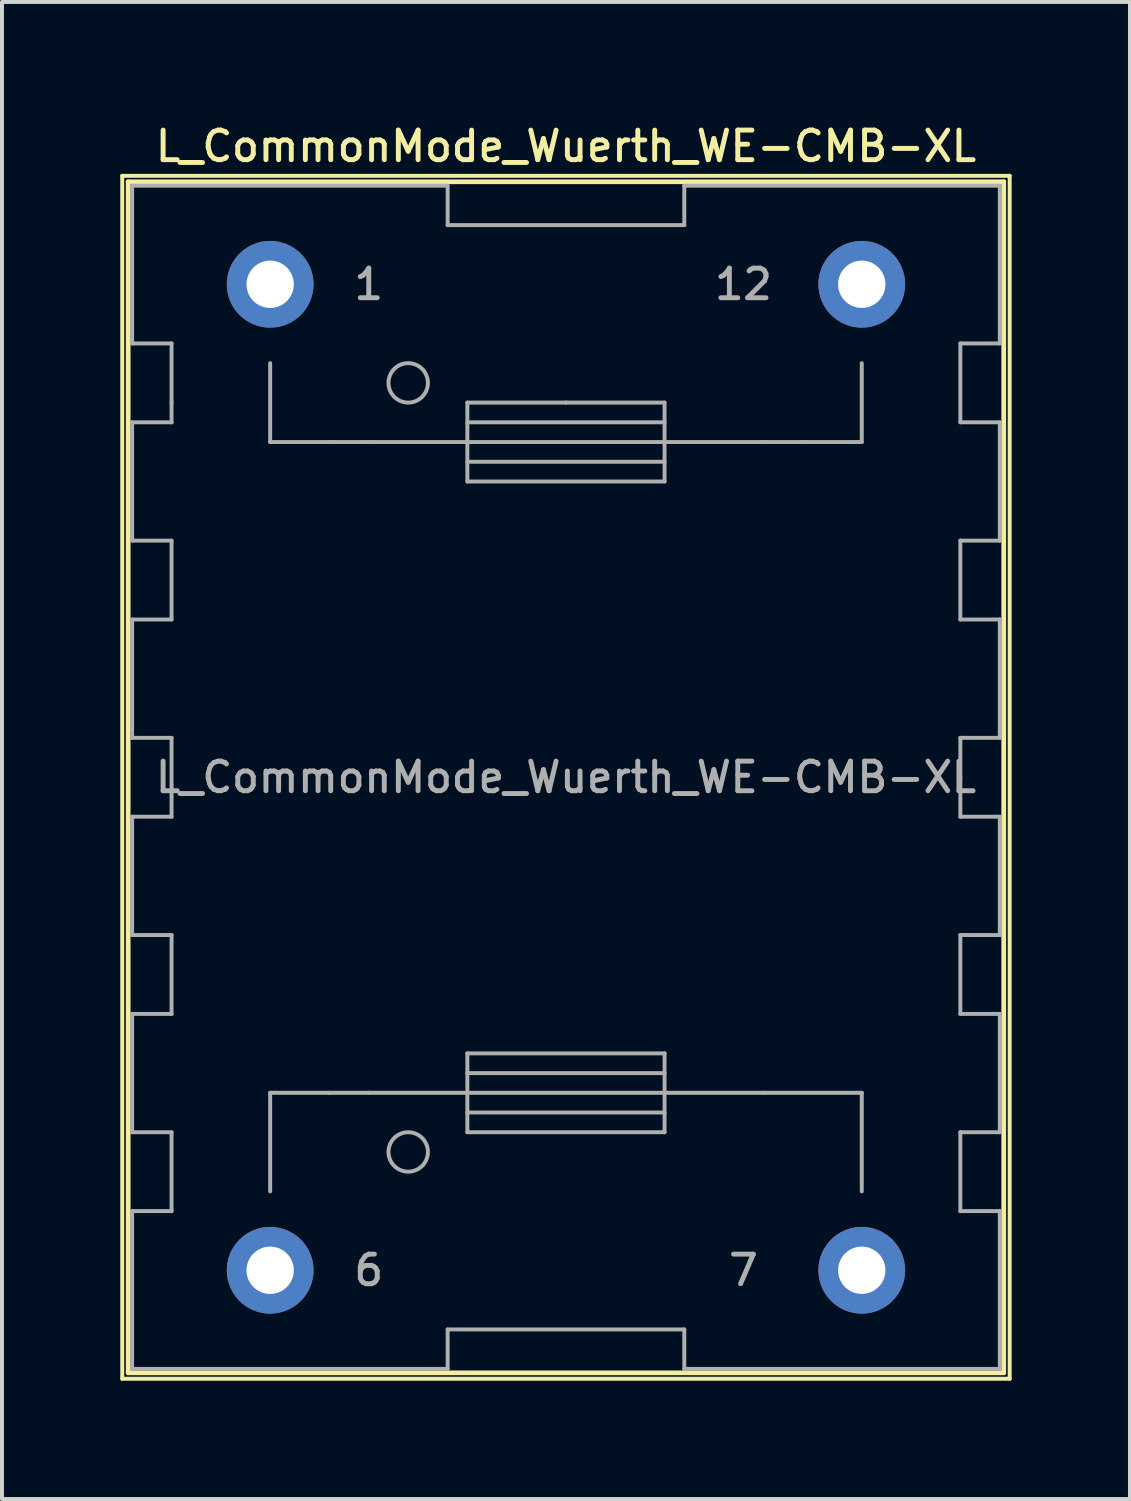
<source format=kicad_pcb>
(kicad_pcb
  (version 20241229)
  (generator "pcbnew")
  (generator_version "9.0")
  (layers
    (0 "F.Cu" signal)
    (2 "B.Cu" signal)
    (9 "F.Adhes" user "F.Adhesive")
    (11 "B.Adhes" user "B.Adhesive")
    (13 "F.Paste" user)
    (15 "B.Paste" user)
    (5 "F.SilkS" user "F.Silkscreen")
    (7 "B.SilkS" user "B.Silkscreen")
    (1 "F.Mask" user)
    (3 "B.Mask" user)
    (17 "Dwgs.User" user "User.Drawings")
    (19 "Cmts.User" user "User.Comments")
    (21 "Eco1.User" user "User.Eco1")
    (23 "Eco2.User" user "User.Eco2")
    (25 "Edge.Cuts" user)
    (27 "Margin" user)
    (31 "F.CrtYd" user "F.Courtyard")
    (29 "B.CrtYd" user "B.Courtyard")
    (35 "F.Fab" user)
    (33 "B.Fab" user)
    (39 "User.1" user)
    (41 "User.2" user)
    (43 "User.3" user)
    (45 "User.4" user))
  (footprint "L_CommonMode_Wuerth_WE-CMB-XL"
    (layer "F.Cu")
    (at 3.8 4.158)
    (property "Reference" "L_CommonMode_Wuerth_WE-CMB-XL" (at 7.5 -3.5 0) (layer "F.SilkS") (effects (font (size 0.75 0.75) (thickness 0.125))))
    (attr through_hole)
    (fp_line (start -3.75 -2.75) (end 18.75 -2.75) (stroke (width 0.1) (type solid)) (layer "F.SilkS"))
    (fp_line (start -3.75 27.75) (end -3.75 -2.75) (stroke (width 0.1) (type solid)) (layer "F.SilkS"))
    (fp_line (start -3.6 -2.6) (end -3.6 27.6) (stroke (width 0.12) (type solid)) (layer "F.SilkS"))
    (fp_line (start -3.6 27.6) (end 18.6 27.6) (stroke (width 0.12) (type solid)) (layer "F.SilkS"))
    (fp_line (start 18.6 -2.6) (end -3.6 -2.6) (stroke (width 0.12) (type solid)) (layer "F.SilkS"))
    (fp_line (start 18.6 27.6) (end 18.6 -2.6) (stroke (width 0.12) (type solid)) (layer "F.SilkS"))
    (fp_line (start 18.75 -2.75) (end 18.75 27.75) (stroke (width 0.1) (type solid)) (layer "F.SilkS"))
    (fp_line (start 18.75 27.75) (end -3.75 27.75) (stroke (width 0.1) (type solid)) (layer "F.SilkS"))
    (fp_line (start -3.5 -2.5) (end -3.5 1.5) (stroke (width 0.1) (type solid)) (layer "F.Fab"))
    (fp_line (start -3.5 1.5) (end -2.5 1.5) (stroke (width 0.1) (type solid)) (layer "F.Fab"))
    (fp_line (start -3.5 3.5) (end -3.5 6.5) (stroke (width 0.1) (type solid)) (layer "F.Fab"))
    (fp_line (start -3.5 6.5) (end -2.5 6.5) (stroke (width 0.1) (type solid)) (layer "F.Fab"))
    (fp_line (start -3.5 8.5) (end -3.5 11.5) (stroke (width 0.1) (type solid)) (layer "F.Fab"))
    (fp_line (start -3.5 11.5) (end -2.5 11.5) (stroke (width 0.1) (type solid)) (layer "F.Fab"))
    (fp_line (start -3.5 13.5) (end -3.5 16.5) (stroke (width 0.1) (type solid)) (layer "F.Fab"))
    (fp_line (start -3.5 16.5) (end -2.5 16.5) (stroke (width 0.1) (type solid)) (layer "F.Fab"))
    (fp_line (start -3.5 18.5) (end -3.5 21.5) (stroke (width 0.1) (type solid)) (layer "F.Fab"))
    (fp_line (start -3.5 21.5) (end -2.5 21.5) (stroke (width 0.1) (type solid)) (layer "F.Fab"))
    (fp_line (start -3.5 23.5) (end -3.5 27.5) (stroke (width 0.1) (type solid)) (layer "F.Fab"))
    (fp_line (start -2.5 1.5) (end -2.5 3) (stroke (width 0.1) (type solid)) (layer "F.Fab"))
    (fp_line (start -2.5 3) (end -2.5 3.5) (stroke (width 0.1) (type solid)) (layer "F.Fab"))
    (fp_line (start -2.5 3.5) (end -3.5 3.5) (stroke (width 0.1) (type solid)) (layer "F.Fab"))
    (fp_line (start -2.5 6.5) (end -2.5 8.5) (stroke (width 0.1) (type solid)) (layer "F.Fab"))
    (fp_line (start -2.5 8.5) (end -3.5 8.5) (stroke (width 0.1) (type solid)) (layer "F.Fab"))
    (fp_line (start -2.5 11.5) (end -2.5 13.5) (stroke (width 0.1) (type solid)) (layer "F.Fab"))
    (fp_line (start -2.5 13.5) (end -3.5 13.5) (stroke (width 0.1) (type solid)) (layer "F.Fab"))
    (fp_line (start -2.5 16.5) (end -2.5 18.5) (stroke (width 0.1) (type solid)) (layer "F.Fab"))
    (fp_line (start -2.5 18.5) (end -3.5 18.5) (stroke (width 0.1) (type solid)) (layer "F.Fab"))
    (fp_line (start -2.5 21.5) (end -2.5 23.5) (stroke (width 0.1) (type solid)) (layer "F.Fab"))
    (fp_line (start -2.5 23.5) (end -3.5 23.5) (stroke (width 0.1) (type solid)) (layer "F.Fab"))
    (fp_line (start 0 4) (end 0 2) (stroke (width 0.1) (type solid)) (layer "F.Fab"))
    (fp_line (start 0 20.5) (end 0 23) (stroke (width 0.1) (type solid)) (layer "F.Fab"))
    (fp_line (start 1.5 4) (end 0 4) (stroke (width 0.1) (type solid)) (layer "F.Fab"))
    (fp_line (start 1.5 20.5) (end 0 20.5) (stroke (width 0.1) (type solid)) (layer "F.Fab"))
    (fp_line (start 2.5 4) (end 1.5 4) (stroke (width 0.1) (type solid)) (layer "F.Fab"))
    (fp_line (start 2.5 20.5) (end 1.5 20.5) (stroke (width 0.1) (type solid)) (layer "F.Fab"))
    (fp_line (start 2.5 20.5) (end 5 20.5) (stroke (width 0.1) (type solid)) (layer "F.Fab"))
    (fp_line (start 4.5 -2.5) (end -3.5 -2.5) (stroke (width 0.1) (type solid)) (layer "F.Fab"))
    (fp_line (start 4.5 -1.5) (end 4.5 -2.5) (stroke (width 0.1) (type solid)) (layer "F.Fab"))
    (fp_line (start 4.5 26.5) (end 4.5 27.5) (stroke (width 0.1) (type solid)) (layer "F.Fab"))
    (fp_line (start 4.5 27.5) (end -3.5 27.5) (stroke (width 0.1) (type solid)) (layer "F.Fab"))
    (fp_line (start 5 3) (end 7.5 3) (stroke (width 0.1) (type solid)) (layer "F.Fab"))
    (fp_line (start 5 4) (end 2.5 4) (stroke (width 0.1) (type solid)) (layer "F.Fab"))
    (fp_line (start 5 4) (end 10 4) (stroke (width 0.1) (type solid)) (layer "F.Fab"))
    (fp_line (start 5 4.5) (end 10 4.5) (stroke (width 0.1) (type solid)) (layer "F.Fab"))
    (fp_line (start 5 5) (end 5 3) (stroke (width 0.1) (type solid)) (layer "F.Fab"))
    (fp_line (start 5 19.5) (end 10 19.5) (stroke (width 0.1) (type solid)) (layer "F.Fab"))
    (fp_line (start 5 21) (end 10 21) (stroke (width 0.1) (type solid)) (layer "F.Fab"))
    (fp_line (start 5 21.5) (end 5 19.5) (stroke (width 0.1) (type solid)) (layer "F.Fab"))
    (fp_line (start 7.5 3) (end 10 3) (stroke (width 0.1) (type solid)) (layer "F.Fab"))
    (fp_line (start 10 3) (end 10 5) (stroke (width 0.1) (type solid)) (layer "F.Fab"))
    (fp_line (start 10 3.5) (end 5 3.5) (stroke (width 0.1) (type solid)) (layer "F.Fab"))
    (fp_line (start 10 4) (end 12.5 4) (stroke (width 0.1) (type solid)) (layer "F.Fab"))
    (fp_line (start 10 5) (end 5 5) (stroke (width 0.1) (type solid)) (layer "F.Fab"))
    (fp_line (start 10 19.5) (end 10 21.5) (stroke (width 0.1) (type solid)) (layer "F.Fab"))
    (fp_line (start 10 20) (end 5 20) (stroke (width 0.1) (type solid)) (layer "F.Fab"))
    (fp_line (start 10 20.5) (end 5 20.5) (stroke (width 0.1) (type solid)) (layer "F.Fab"))
    (fp_line (start 10 21.5) (end 5 21.5) (stroke (width 0.1) (type solid)) (layer "F.Fab"))
    (fp_line (start 10.5 -2.5) (end 10.5 -1.5) (stroke (width 0.1) (type solid)) (layer "F.Fab"))
    (fp_line (start 10.5 -1.5) (end 4.5 -1.5) (stroke (width 0.1) (type solid)) (layer "F.Fab"))
    (fp_line (start 10.5 26.5) (end 4.5 26.5) (stroke (width 0.1) (type solid)) (layer "F.Fab"))
    (fp_line (start 10.5 27.5) (end 10.5 26.5) (stroke (width 0.1) (type solid)) (layer "F.Fab"))
    (fp_line (start 12.5 4) (end 13.5 4) (stroke (width 0.1) (type solid)) (layer "F.Fab"))
    (fp_line (start 12.5 20.5) (end 10 20.5) (stroke (width 0.1) (type solid)) (layer "F.Fab"))
    (fp_line (start 12.5 20.5) (end 15 20.5) (stroke (width 0.1) (type solid)) (layer "F.Fab"))
    (fp_line (start 13.5 4) (end 15 4) (stroke (width 0.1) (type solid)) (layer "F.Fab"))
    (fp_line (start 15 4) (end 15 2) (stroke (width 0.1) (type solid)) (layer "F.Fab"))
    (fp_line (start 15 20.5) (end 15 23) (stroke (width 0.1) (type solid)) (layer "F.Fab"))
    (fp_line (start 17.5 1.5) (end 18.5 1.5) (stroke (width 0.1) (type solid)) (layer "F.Fab"))
    (fp_line (start 17.5 3.5) (end 17.5 1.5) (stroke (width 0.1) (type solid)) (layer "F.Fab"))
    (fp_line (start 17.5 6.5) (end 18.5 6.5) (stroke (width 0.1) (type solid)) (layer "F.Fab"))
    (fp_line (start 17.5 8.5) (end 17.5 6.5) (stroke (width 0.1) (type solid)) (layer "F.Fab"))
    (fp_line (start 17.5 11.5) (end 18.5 11.5) (stroke (width 0.1) (type solid)) (layer "F.Fab"))
    (fp_line (start 17.5 12.5) (end 17.5 11.5) (stroke (width 0.1) (type solid)) (layer "F.Fab"))
    (fp_line (start 17.5 12.5) (end 17.5 13.5) (stroke (width 0.1) (type solid)) (layer "F.Fab"))
    (fp_line (start 17.5 13.5) (end 18.5 13.5) (stroke (width 0.1) (type solid)) (layer "F.Fab"))
    (fp_line (start 17.5 16.5) (end 17.5 18.5) (stroke (width 0.1) (type solid)) (layer "F.Fab"))
    (fp_line (start 17.5 18.5) (end 18.5 18.5) (stroke (width 0.1) (type solid)) (layer "F.Fab"))
    (fp_line (start 17.5 21.5) (end 17.5 23.5) (stroke (width 0.1) (type solid)) (layer "F.Fab"))
    (fp_line (start 17.5 23.5) (end 18.5 23.5) (stroke (width 0.1) (type solid)) (layer "F.Fab"))
    (fp_line (start 18.5 -2.5) (end 10.5 -2.5) (stroke (width 0.1) (type solid)) (layer "F.Fab"))
    (fp_line (start 18.5 1.5) (end 18.5 -2.5) (stroke (width 0.1) (type solid)) (layer "F.Fab"))
    (fp_line (start 18.5 3.5) (end 17.5 3.5) (stroke (width 0.1) (type solid)) (layer "F.Fab"))
    (fp_line (start 18.5 6.5) (end 18.5 3.5) (stroke (width 0.1) (type solid)) (layer "F.Fab"))
    (fp_line (start 18.5 8.5) (end 17.5 8.5) (stroke (width 0.1) (type solid)) (layer "F.Fab"))
    (fp_line (start 18.5 9) (end 18.5 8.5) (stroke (width 0.1) (type solid)) (layer "F.Fab"))
    (fp_line (start 18.5 11.5) (end 18.5 9) (stroke (width 0.1) (type solid)) (layer "F.Fab"))
    (fp_line (start 18.5 13.5) (end 18.5 16.5) (stroke (width 0.1) (type solid)) (layer "F.Fab"))
    (fp_line (start 18.5 16.5) (end 17.5 16.5) (stroke (width 0.1) (type solid)) (layer "F.Fab"))
    (fp_line (start 18.5 18.5) (end 18.5 21.5) (stroke (width 0.1) (type solid)) (layer "F.Fab"))
    (fp_line (start 18.5 21.5) (end 17.5 21.5) (stroke (width 0.1) (type solid)) (layer "F.Fab"))
    (fp_line (start 18.5 23.5) (end 18.5 27.5) (stroke (width 0.1) (type solid)) (layer "F.Fab"))
    (fp_line (start 18.5 27.5) (end 10.5 27.5) (stroke (width 0.1) (type solid)) (layer "F.Fab"))
    (fp_circle (center 3.5 2.5) (end 4 2.5) (stroke (width 0.1) (type solid)) (fill no) (layer "F.Fab"))
    (fp_circle (center 3.5 22) (end 4 22) (stroke (width 0.1) (type solid)) (fill no) (layer "F.Fab"))
    (fp_text user "7" (at 12 25 0) (layer "F.Fab") (effects (font (size 0.75 0.75) (thickness 0.125))))
    (fp_text user "6" (at 2.5 25 0) (layer "F.Fab") (effects (font (size 0.75 0.75) (thickness 0.125))))
    (fp_text user "1" (at 2.5 0 0) (layer "F.Fab") (effects (font (size 0.75 0.75) (thickness 0.125))))
    (fp_text user "12" (at 12 0 0) (layer "F.Fab") (effects (font (size 0.75 0.75) (thickness 0.125))))
    (fp_text user "${REFERENCE}" (at 7.5 12.5 0) (layer "F.Fab") (effects (font (size 0.75 0.75) (thickness 0.125))))
    (pad "1" thru_hole circle (at 0 0) (size 2.2 2.2) (drill 1.2) (layers "*.Cu" "*.Mask"))
    (pad "6" thru_hole circle (at 0 25) (size 2.2 2.2) (drill 1.2) (layers "*.Cu" "*.Mask"))
    (pad "7" thru_hole circle (at 15 25) (size 2.2 2.2) (drill 1.2) (layers "*.Cu" "*.Mask"))
    (pad "12" thru_hole circle (at 15 0) (size 2.2 2.2) (drill 1.2) (layers "*.Cu" "*.Mask")))
  (gr_rect
    (start -3 -3)
    (end 25.6 34.958)
    (stroke (width 0.1) (type default))
    (fill no)
    (layer "Edge.Cuts")))
</source>
